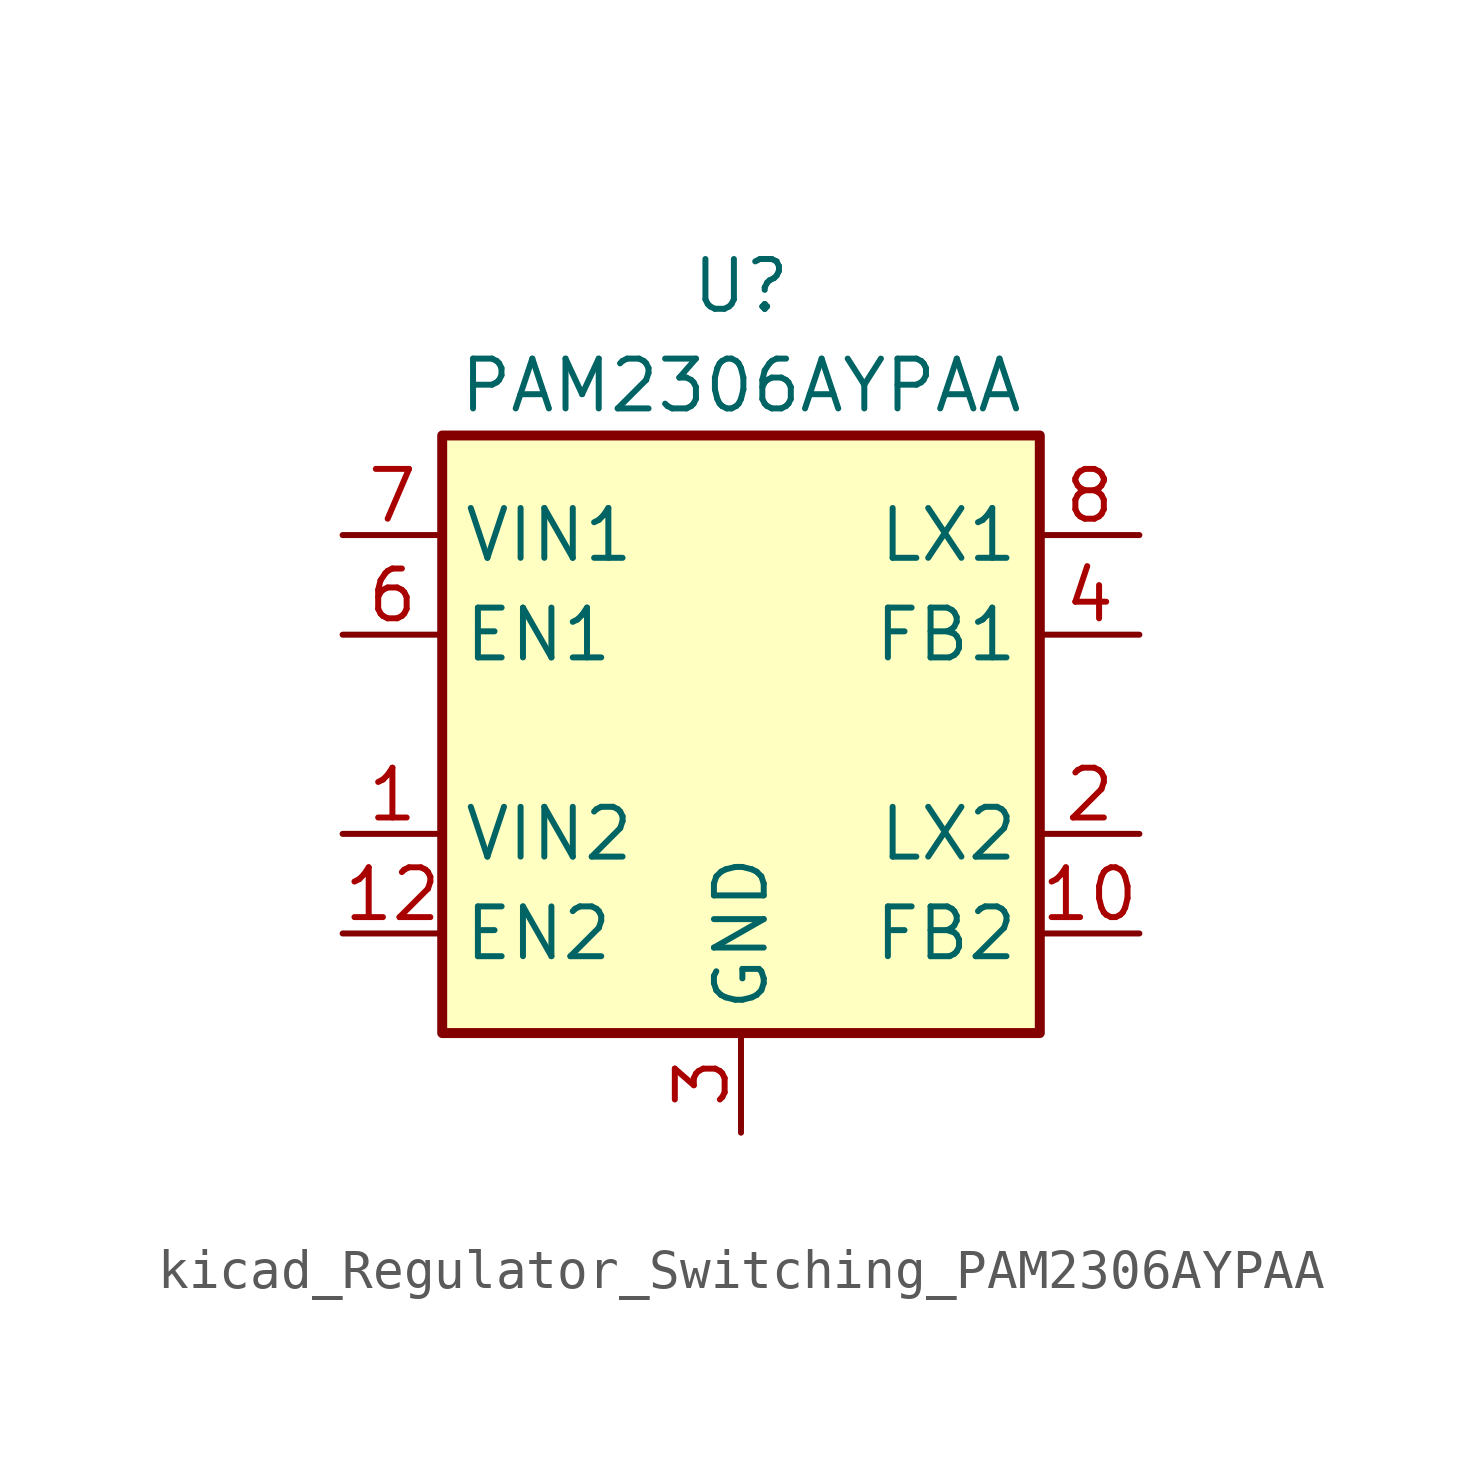
<source format=kicad_sym>
(kicad_symbol_lib
  (version 20220914)
  (generator kicad_symbol_editor)
  (symbol "kicad_Regulator_Switching_PAM2306AYPAA"
    (property "Reference" "U"
      (at 0 11.43 0)
      (effects (font (size 1.27 1.27))))
    (property "Value" "PAM2306AYPAA"
      (at 0 8.89 0)
      (effects (font (size 1.27 1.27))))
    (symbol "kicad_Regulator_Switching_PAM2306AYPAA_0_1"
      (rectangle (start 7.62 7.62) (end -7.62 -7.62) (stroke (width 0.254) (type default)) (fill (type background))))
    (symbol "kicad_Regulator_Switching_PAM2306AYPAA_1_1"
      (pin power_in line (at -10.16 -2.54 0) (length 2.54) (name "VIN2" (effects (font (size 1.27 1.27)))) (number "1" (effects (font (size 1.27 1.27)))))
      (pin input line (at 10.16 -5.08 180) (length 2.54) (name "FB2" (effects (font (size 1.27 1.27)))) (number "10" (effects (font (size 1.27 1.27)))))
      (pin no_connect line (at 7.62 0 180) (length 2.54) hide (name "NC2" (effects (font (size 1.27 1.27)))) (number "11" (effects (font (size 1.27 1.27)))))
      (pin input line (at -10.16 -5.08 0) (length 2.54) (name "EN2" (effects (font (size 1.27 1.27)))) (number "12" (effects (font (size 1.27 1.27)))))
      (pin passive line (at 0 -10.16 90) (length 2.54) hide (name "GND" (effects (font (size 1.27 1.27)))) (number "13" (effects (font (size 1.27 1.27)))))
      (pin output line (at 10.16 -2.54 180) (length 2.54) (name "LX2" (effects (font (size 1.27 1.27)))) (number "2" (effects (font (size 1.27 1.27)))))
      (pin power_in line (at 0 -10.16 90) (length 2.54) (name "GND" (effects (font (size 1.27 1.27)))) (number "3" (effects (font (size 1.27 1.27)))))
      (pin input line (at 10.16 2.54 180) (length 2.54) (name "FB1" (effects (font (size 1.27 1.27)))) (number "4" (effects (font (size 1.27 1.27)))))
      (pin no_connect line (at -7.62 0 0) (length 2.54) hide (name "NC1" (effects (font (size 1.27 1.27)))) (number "5" (effects (font (size 1.27 1.27)))))
      (pin input line (at -10.16 2.54 0) (length 2.54) (name "EN1" (effects (font (size 1.27 1.27)))) (number "6" (effects (font (size 1.27 1.27)))))
      (pin power_in line (at -10.16 5.08 0) (length 2.54) (name "VIN1" (effects (font (size 1.27 1.27)))) (number "7" (effects (font (size 1.27 1.27)))))
      (pin output line (at 10.16 5.08 180) (length 2.54) (name "LX1" (effects (font (size 1.27 1.27)))) (number "8" (effects (font (size 1.27 1.27)))))
      (pin passive line (at 0 -10.16 90) (length 2.54) hide (name "GND" (effects (font (size 1.27 1.27)))) (number "9" (effects (font (size 1.27 1.27))))))))
</source>
